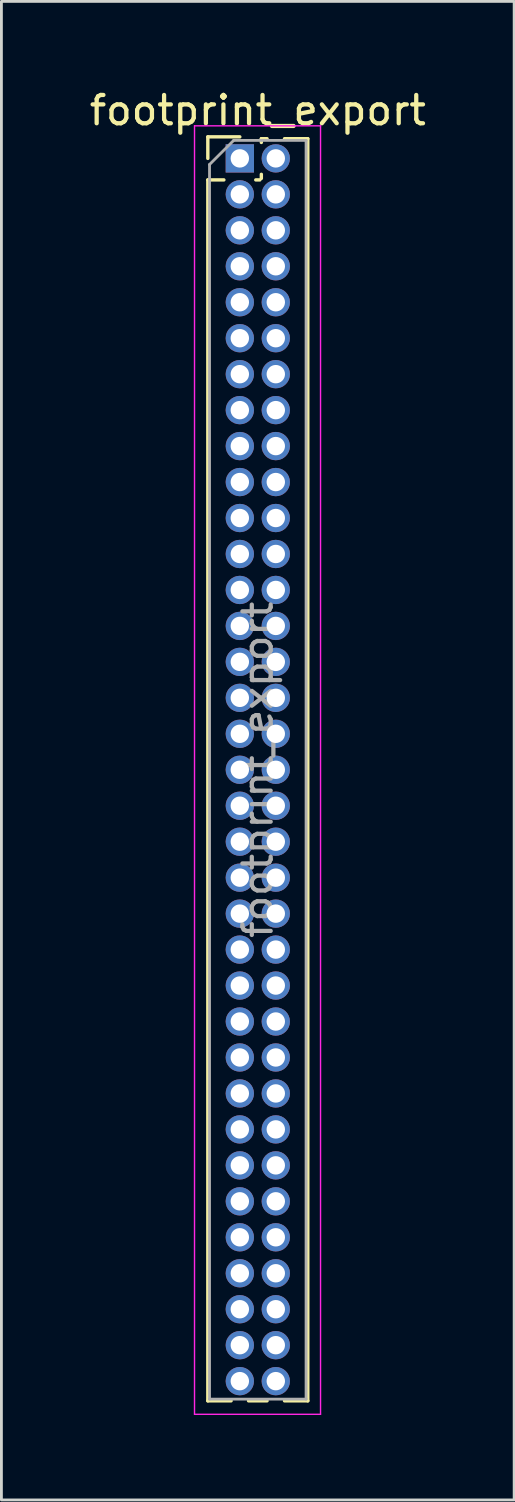
<source format=kicad_pcb>
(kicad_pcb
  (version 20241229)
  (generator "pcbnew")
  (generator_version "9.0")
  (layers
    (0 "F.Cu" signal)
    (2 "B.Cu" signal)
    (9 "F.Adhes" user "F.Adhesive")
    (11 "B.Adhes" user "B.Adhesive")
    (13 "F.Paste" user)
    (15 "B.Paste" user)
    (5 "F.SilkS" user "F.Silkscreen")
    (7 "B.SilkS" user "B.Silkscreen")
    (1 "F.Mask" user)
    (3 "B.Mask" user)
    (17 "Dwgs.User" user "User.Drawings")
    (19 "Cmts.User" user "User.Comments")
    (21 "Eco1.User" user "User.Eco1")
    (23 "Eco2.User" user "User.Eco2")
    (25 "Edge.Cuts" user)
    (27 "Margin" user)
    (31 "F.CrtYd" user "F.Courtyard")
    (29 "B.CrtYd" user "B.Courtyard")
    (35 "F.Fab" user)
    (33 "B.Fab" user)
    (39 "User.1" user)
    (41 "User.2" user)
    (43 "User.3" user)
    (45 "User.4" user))
  (footprint "footprint_export"
    (layer "F.Cu")
    (at 5.419 2.543)
    (property "Reference" "footprint_export" (at 0.635 -1.695 0) (layer "F.SilkS") (effects (font (size 1 1) (thickness 0.15))))
    (attr through_hole)
    (fp_line (start -1.13 -0.76) (end 0 -0.76) (stroke (width 0.12) (type solid)) (layer "F.SilkS"))
    (fp_line (start -1.13 0) (end -1.13 -0.76) (stroke (width 0.12) (type solid)) (layer "F.SilkS"))
    (fp_line (start -1.13 0.76) (end -1.13 43.875) (stroke (width 0.12) (type solid)) (layer "F.SilkS"))
    (fp_line (start -1.13 0.76) (end -0.563 0.76) (stroke (width 0.12) (type solid)) (layer "F.SilkS"))
    (fp_line (start -1.13 43.875) (end -0.308 43.875) (stroke (width 0.12) (type solid)) (layer "F.SilkS"))
    (fp_line (start 0.308 43.875) (end 0.962 43.875) (stroke (width 0.12) (type solid)) (layer "F.SilkS"))
    (fp_line (start 0.563 0.76) (end 0.707 0.76) (stroke (width 0.12) (type solid)) (layer "F.SilkS"))
    (fp_line (start 0.76 -0.695) (end 0.962 -0.695) (stroke (width 0.12) (type solid)) (layer "F.SilkS"))
    (fp_line (start 0.76 -0.563) (end 0.76 -0.695) (stroke (width 0.12) (type solid)) (layer "F.SilkS"))
    (fp_line (start 0.76 0.707) (end 0.76 0.563) (stroke (width 0.12) (type solid)) (layer "F.SilkS"))
    (fp_line (start 1.578 -0.695) (end 2.4 -0.695) (stroke (width 0.12) (type solid)) (layer "F.SilkS"))
    (fp_line (start 1.578 43.875) (end 2.4 43.875) (stroke (width 0.12) (type solid)) (layer "F.SilkS"))
    (fp_line (start 2.4 -0.695) (end 2.4 43.875) (stroke (width 0.12) (type solid)) (layer "F.SilkS"))
    (fp_line (start -1.6 -1.15) (end -1.6 44.35) (stroke (width 0.05) (type solid)) (layer "F.CrtYd"))
    (fp_line (start -1.6 44.35) (end 2.85 44.35) (stroke (width 0.05) (type solid)) (layer "F.CrtYd"))
    (fp_line (start 2.85 -1.15) (end -1.6 -1.15) (stroke (width 0.05) (type solid)) (layer "F.CrtYd"))
    (fp_line (start 2.85 44.35) (end 2.85 -1.15) (stroke (width 0.05) (type solid)) (layer "F.CrtYd"))
    (fp_line (start -1.07 0.217) (end -0.217 -0.635) (stroke (width 0.1) (type solid)) (layer "F.Fab"))
    (fp_line (start -1.07 43.815) (end -1.07 0.217) (stroke (width 0.1) (type solid)) (layer "F.Fab"))
    (fp_line (start -0.217 -0.635) (end 2.34 -0.635) (stroke (width 0.1) (type solid)) (layer "F.Fab"))
    (fp_line (start 2.34 -0.635) (end 2.34 43.815) (stroke (width 0.1) (type solid)) (layer "F.Fab"))
    (fp_line (start 2.34 43.815) (end -1.07 43.815) (stroke (width 0.1) (type solid)) (layer "F.Fab"))
    (fp_text user "${REFERENCE}" (at 0.635 21.59 90) (layer "F.Fab") (effects (font (size 1 1) (thickness 0.15))))
    (pad "1" thru_hole rect (at 0 0) (size 1 1) (drill 0.65) (layers "*.Cu" "*.Mask"))
    (pad "2" thru_hole oval (at 1.27 0) (size 1 1) (drill 0.65) (layers "*.Cu" "*.Mask"))
    (pad "3" thru_hole oval (at 0 1.27) (size 1 1) (drill 0.65) (layers "*.Cu" "*.Mask"))
    (pad "4" thru_hole oval (at 1.27 1.27) (size 1 1) (drill 0.65) (layers "*.Cu" "*.Mask"))
    (pad "5" thru_hole oval (at 0 2.54) (size 1 1) (drill 0.65) (layers "*.Cu" "*.Mask"))
    (pad "6" thru_hole oval (at 1.27 2.54) (size 1 1) (drill 0.65) (layers "*.Cu" "*.Mask"))
    (pad "7" thru_hole oval (at 0 3.81) (size 1 1) (drill 0.65) (layers "*.Cu" "*.Mask"))
    (pad "8" thru_hole oval (at 1.27 3.81) (size 1 1) (drill 0.65) (layers "*.Cu" "*.Mask"))
    (pad "9" thru_hole oval (at 0 5.08) (size 1 1) (drill 0.65) (layers "*.Cu" "*.Mask"))
    (pad "10" thru_hole oval (at 1.27 5.08) (size 1 1) (drill 0.65) (layers "*.Cu" "*.Mask"))
    (pad "11" thru_hole oval (at 0 6.35) (size 1 1) (drill 0.65) (layers "*.Cu" "*.Mask"))
    (pad "12" thru_hole oval (at 1.27 6.35) (size 1 1) (drill 0.65) (layers "*.Cu" "*.Mask"))
    (pad "13" thru_hole oval (at 0 7.62) (size 1 1) (drill 0.65) (layers "*.Cu" "*.Mask"))
    (pad "14" thru_hole oval (at 1.27 7.62) (size 1 1) (drill 0.65) (layers "*.Cu" "*.Mask"))
    (pad "15" thru_hole oval (at 0 8.89) (size 1 1) (drill 0.65) (layers "*.Cu" "*.Mask"))
    (pad "16" thru_hole oval (at 1.27 8.89) (size 1 1) (drill 0.65) (layers "*.Cu" "*.Mask"))
    (pad "17" thru_hole oval (at 0 10.16) (size 1 1) (drill 0.65) (layers "*.Cu" "*.Mask"))
    (pad "18" thru_hole oval (at 1.27 10.16) (size 1 1) (drill 0.65) (layers "*.Cu" "*.Mask"))
    (pad "19" thru_hole oval (at 0 11.43) (size 1 1) (drill 0.65) (layers "*.Cu" "*.Mask"))
    (pad "20" thru_hole oval (at 1.27 11.43) (size 1 1) (drill 0.65) (layers "*.Cu" "*.Mask"))
    (pad "21" thru_hole oval (at 0 12.7) (size 1 1) (drill 0.65) (layers "*.Cu" "*.Mask"))
    (pad "22" thru_hole oval (at 1.27 12.7) (size 1 1) (drill 0.65) (layers "*.Cu" "*.Mask"))
    (pad "23" thru_hole oval (at 0 13.97) (size 1 1) (drill 0.65) (layers "*.Cu" "*.Mask"))
    (pad "24" thru_hole oval (at 1.27 13.97) (size 1 1) (drill 0.65) (layers "*.Cu" "*.Mask"))
    (pad "25" thru_hole oval (at 0 15.24) (size 1 1) (drill 0.65) (layers "*.Cu" "*.Mask"))
    (pad "26" thru_hole oval (at 1.27 15.24) (size 1 1) (drill 0.65) (layers "*.Cu" "*.Mask"))
    (pad "27" thru_hole oval (at 0 16.51) (size 1 1) (drill 0.65) (layers "*.Cu" "*.Mask"))
    (pad "28" thru_hole oval (at 1.27 16.51) (size 1 1) (drill 0.65) (layers "*.Cu" "*.Mask"))
    (pad "29" thru_hole oval (at 0 17.78) (size 1 1) (drill 0.65) (layers "*.Cu" "*.Mask"))
    (pad "30" thru_hole oval (at 1.27 17.78) (size 1 1) (drill 0.65) (layers "*.Cu" "*.Mask"))
    (pad "31" thru_hole oval (at 0 19.05) (size 1 1) (drill 0.65) (layers "*.Cu" "*.Mask"))
    (pad "32" thru_hole oval (at 1.27 19.05) (size 1 1) (drill 0.65) (layers "*.Cu" "*.Mask"))
    (pad "33" thru_hole oval (at 0 20.32) (size 1 1) (drill 0.65) (layers "*.Cu" "*.Mask"))
    (pad "34" thru_hole oval (at 1.27 20.32) (size 1 1) (drill 0.65) (layers "*.Cu" "*.Mask"))
    (pad "35" thru_hole oval (at 0 21.59) (size 1 1) (drill 0.65) (layers "*.Cu" "*.Mask"))
    (pad "36" thru_hole oval (at 1.27 21.59) (size 1 1) (drill 0.65) (layers "*.Cu" "*.Mask"))
    (pad "37" thru_hole oval (at 0 22.86) (size 1 1) (drill 0.65) (layers "*.Cu" "*.Mask"))
    (pad "38" thru_hole oval (at 1.27 22.86) (size 1 1) (drill 0.65) (layers "*.Cu" "*.Mask"))
    (pad "39" thru_hole oval (at 0 24.13) (size 1 1) (drill 0.65) (layers "*.Cu" "*.Mask"))
    (pad "40" thru_hole oval (at 1.27 24.13) (size 1 1) (drill 0.65) (layers "*.Cu" "*.Mask"))
    (pad "41" thru_hole oval (at 0 25.4) (size 1 1) (drill 0.65) (layers "*.Cu" "*.Mask"))
    (pad "42" thru_hole oval (at 1.27 25.4) (size 1 1) (drill 0.65) (layers "*.Cu" "*.Mask"))
    (pad "43" thru_hole oval (at 0 26.67) (size 1 1) (drill 0.65) (layers "*.Cu" "*.Mask"))
    (pad "44" thru_hole oval (at 1.27 26.67) (size 1 1) (drill 0.65) (layers "*.Cu" "*.Mask"))
    (pad "45" thru_hole oval (at 0 27.94) (size 1 1) (drill 0.65) (layers "*.Cu" "*.Mask"))
    (pad "46" thru_hole oval (at 1.27 27.94) (size 1 1) (drill 0.65) (layers "*.Cu" "*.Mask"))
    (pad "47" thru_hole oval (at 0 29.21) (size 1 1) (drill 0.65) (layers "*.Cu" "*.Mask"))
    (pad "48" thru_hole oval (at 1.27 29.21) (size 1 1) (drill 0.65) (layers "*.Cu" "*.Mask"))
    (pad "49" thru_hole oval (at 0 30.48) (size 1 1) (drill 0.65) (layers "*.Cu" "*.Mask"))
    (pad "50" thru_hole oval (at 1.27 30.48) (size 1 1) (drill 0.65) (layers "*.Cu" "*.Mask"))
    (pad "51" thru_hole oval (at 0 31.75) (size 1 1) (drill 0.65) (layers "*.Cu" "*.Mask"))
    (pad "52" thru_hole oval (at 1.27 31.75) (size 1 1) (drill 0.65) (layers "*.Cu" "*.Mask"))
    (pad "53" thru_hole oval (at 0 33.02) (size 1 1) (drill 0.65) (layers "*.Cu" "*.Mask"))
    (pad "54" thru_hole oval (at 1.27 33.02) (size 1 1) (drill 0.65) (layers "*.Cu" "*.Mask"))
    (pad "55" thru_hole oval (at 0 34.29) (size 1 1) (drill 0.65) (layers "*.Cu" "*.Mask"))
    (pad "56" thru_hole oval (at 1.27 34.29) (size 1 1) (drill 0.65) (layers "*.Cu" "*.Mask"))
    (pad "57" thru_hole oval (at 0 35.56) (size 1 1) (drill 0.65) (layers "*.Cu" "*.Mask"))
    (pad "58" thru_hole oval (at 1.27 35.56) (size 1 1) (drill 0.65) (layers "*.Cu" "*.Mask"))
    (pad "59" thru_hole oval (at 0 36.83) (size 1 1) (drill 0.65) (layers "*.Cu" "*.Mask"))
    (pad "60" thru_hole oval (at 1.27 36.83) (size 1 1) (drill 0.65) (layers "*.Cu" "*.Mask"))
    (pad "61" thru_hole oval (at 0 38.1) (size 1 1) (drill 0.65) (layers "*.Cu" "*.Mask"))
    (pad "62" thru_hole oval (at 1.27 38.1) (size 1 1) (drill 0.65) (layers "*.Cu" "*.Mask"))
    (pad "63" thru_hole oval (at 0 39.37) (size 1 1) (drill 0.65) (layers "*.Cu" "*.Mask"))
    (pad "64" thru_hole oval (at 1.27 39.37) (size 1 1) (drill 0.65) (layers "*.Cu" "*.Mask"))
    (pad "65" thru_hole oval (at 0 40.64) (size 1 1) (drill 0.65) (layers "*.Cu" "*.Mask"))
    (pad "66" thru_hole oval (at 1.27 40.64) (size 1 1) (drill 0.65) (layers "*.Cu" "*.Mask"))
    (pad "67" thru_hole oval (at 0 41.91) (size 1 1) (drill 0.65) (layers "*.Cu" "*.Mask"))
    (pad "68" thru_hole oval (at 1.27 41.91) (size 1 1) (drill 0.65) (layers "*.Cu" "*.Mask"))
    (pad "69" thru_hole oval (at 0 43.18) (size 1 1) (drill 0.65) (layers "*.Cu" "*.Mask"))
    (pad "70" thru_hole oval (at 1.27 43.18) (size 1 1) (drill 0.65) (layers "*.Cu" "*.Mask")))
  (gr_rect
    (start -3 -3)
    (end 15.107 49.918)
    (stroke (width 0.1) (type default))
    (fill no)
    (layer "Edge.Cuts")))
</source>
